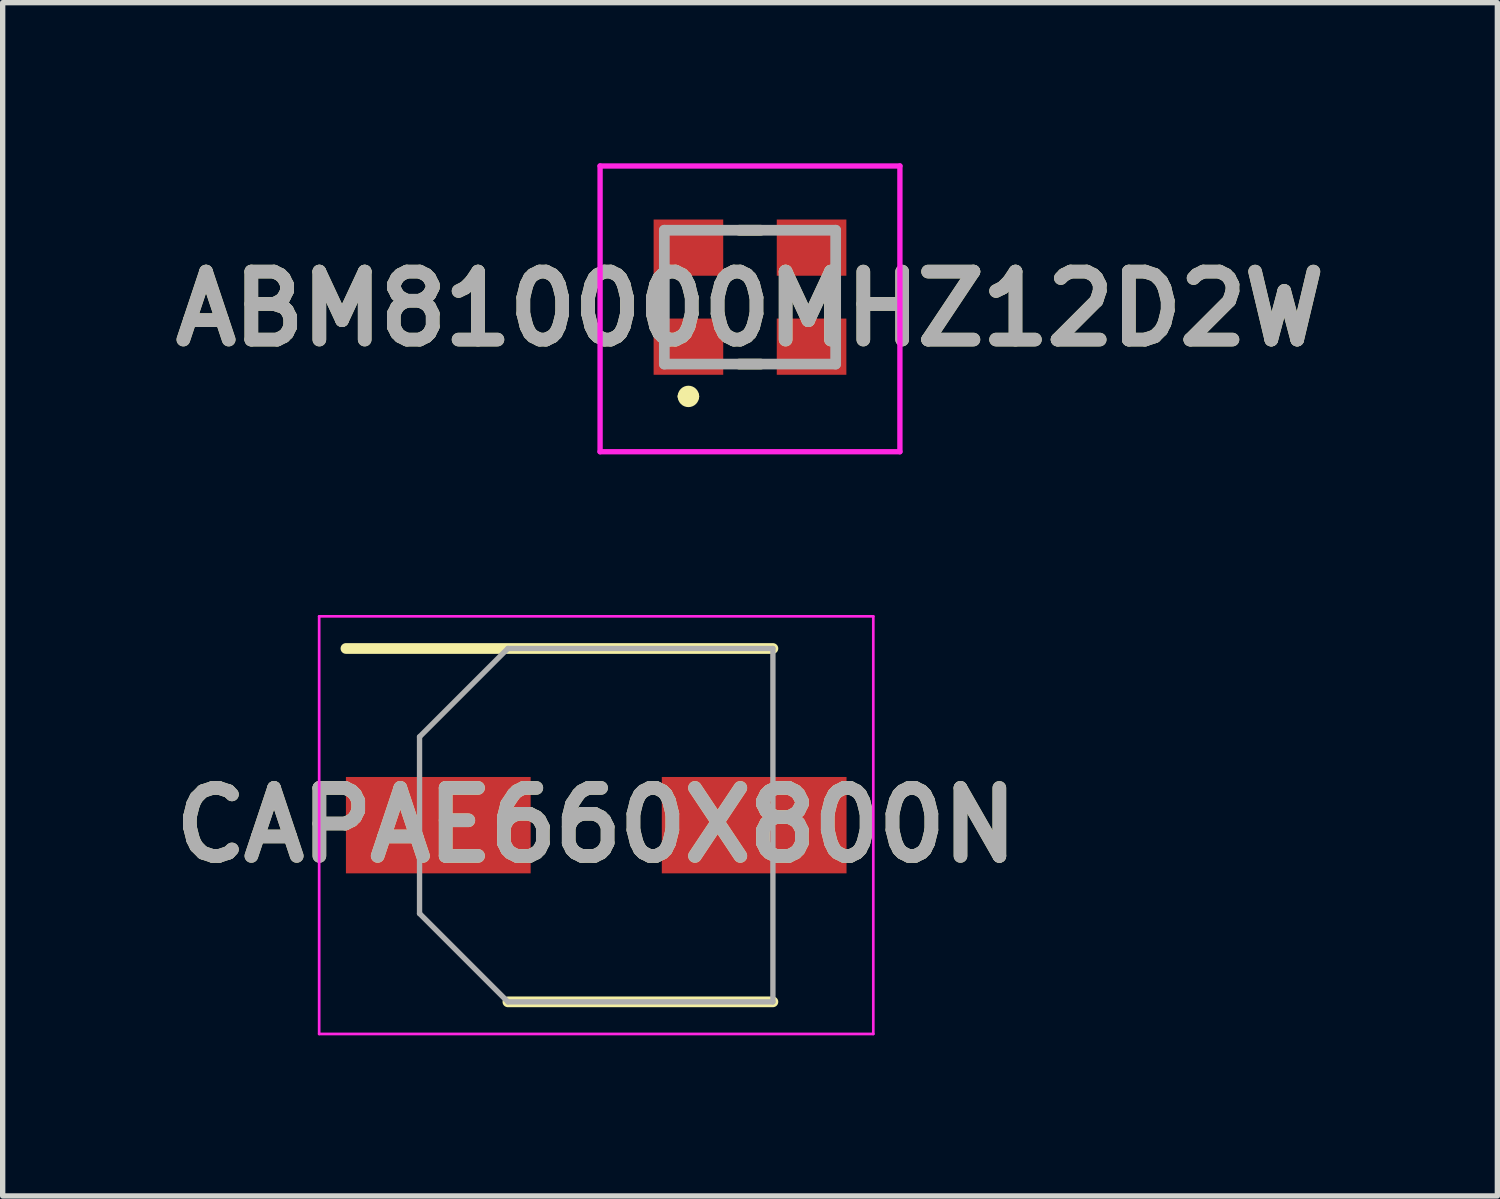
<source format=kicad_pcb>
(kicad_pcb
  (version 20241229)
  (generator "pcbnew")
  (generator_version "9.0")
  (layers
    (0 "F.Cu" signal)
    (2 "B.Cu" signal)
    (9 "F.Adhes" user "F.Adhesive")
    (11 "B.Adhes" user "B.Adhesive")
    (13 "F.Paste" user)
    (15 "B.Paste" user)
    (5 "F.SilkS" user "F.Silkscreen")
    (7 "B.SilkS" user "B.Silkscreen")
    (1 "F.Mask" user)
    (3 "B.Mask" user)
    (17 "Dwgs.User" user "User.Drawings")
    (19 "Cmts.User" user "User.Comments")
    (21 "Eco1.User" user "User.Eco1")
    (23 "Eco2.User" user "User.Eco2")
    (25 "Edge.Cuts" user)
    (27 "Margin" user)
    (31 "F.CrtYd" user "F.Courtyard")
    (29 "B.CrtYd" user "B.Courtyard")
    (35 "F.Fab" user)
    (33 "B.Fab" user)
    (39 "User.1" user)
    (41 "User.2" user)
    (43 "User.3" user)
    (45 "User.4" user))
  (footprint "CAPAE660X800N"
    (layer "F.Cu")
    (at 8.086 12.362)
    (property "Reference" "CAPAE660X800N" (at 0 0 0) (layer "F.SilkS") (effects (font (size 1.27 1.27) (thickness 0.254))))
    (attr smd)
    (fp_line (start -4.675 -3.3) (end 3.3 -3.3) (stroke (width 0.2) (type solid)) (layer "F.SilkS"))
    (fp_line (start -1.65 3.3) (end 3.3 3.3) (stroke (width 0.2) (type solid)) (layer "F.SilkS"))
    (fp_line (start -5.175 -3.9) (end 5.175 -3.9) (stroke (width 0.05) (type solid)) (layer "F.CrtYd"))
    (fp_line (start -5.175 3.9) (end -5.175 -3.9) (stroke (width 0.05) (type solid)) (layer "F.CrtYd"))
    (fp_line (start 5.175 -3.9) (end 5.175 3.9) (stroke (width 0.05) (type solid)) (layer "F.CrtYd"))
    (fp_line (start 5.175 3.9) (end -5.175 3.9) (stroke (width 0.05) (type solid)) (layer "F.CrtYd"))
    (fp_line (start -3.3 -1.65) (end -3.3 1.65) (stroke (width 0.1) (type solid)) (layer "F.Fab"))
    (fp_line (start -3.3 1.65) (end -1.65 3.3) (stroke (width 0.1) (type solid)) (layer "F.Fab"))
    (fp_line (start -1.65 -3.3) (end -3.3 -1.65) (stroke (width 0.1) (type solid)) (layer "F.Fab"))
    (fp_line (start -1.65 3.3) (end 3.3 3.3) (stroke (width 0.1) (type solid)) (layer "F.Fab"))
    (fp_line (start 3.3 -3.3) (end -1.65 -3.3) (stroke (width 0.1) (type solid)) (layer "F.Fab"))
    (fp_line (start 3.3 3.3) (end 3.3 -3.3) (stroke (width 0.1) (type solid)) (layer "F.Fab"))
    (fp_text user "${REFERENCE}" (at 0 0 0) (layer "F.Fab") (effects (font (size 1.27 1.27) (thickness 0.254))))
    (pad "1" smd rect (at -2.95 0 90) (size 1.8 3.45) (layers "F.Cu" "F.Mask" "F.Paste"))
    (pad "2" smd rect (at 2.95 0 90) (size 1.8 3.45) (layers "F.Cu" "F.Mask" "F.Paste")))
  (footprint "ABM810000MHZ12D2W"
    (layer "F.Cu")
    (at 10.958 2.5)
    (property "Reference" "ABM810000MHZ12D2W" (at 0 0.218 0) (layer "F.SilkS") (effects (font (size 1.27 1.27) (thickness 0.254))))
    (attr smd)
    (fp_line (start -1.25 1.854) (end -1.25 1.854) (stroke (width 0.2) (type solid)) (layer "F.SilkS"))
    (fp_line (start -1.05 1.854) (end -1.05 1.854) (stroke (width 0.2) (type solid)) (layer "F.SilkS"))
    (fp_line (start -0.2 -1.25) (end 0.2 -1.25) (stroke (width 0.2) (type solid)) (layer "F.SilkS"))
    (fp_line (start -0.2 1.25) (end 0.2 1.25) (stroke (width 0.2) (type solid)) (layer "F.SilkS"))
    (fp_arc (start -1.25 1.854) (mid -1.15 1.754) (end -1.05 1.854) (stroke (width 0.2) (type solid)) (layer "F.SilkS"))
    (fp_arc (start -1.05 1.854) (mid -1.15 1.954) (end -1.25 1.854) (stroke (width 0.2) (type solid)) (layer "F.SilkS"))
    (fp_line (start -2.8 -2.45) (end 2.8 -2.45) (stroke (width 0.1) (type solid)) (layer "F.CrtYd"))
    (fp_line (start -2.8 2.887) (end -2.8 -2.45) (stroke (width 0.1) (type solid)) (layer "F.CrtYd"))
    (fp_line (start 2.8 -2.45) (end 2.8 2.887) (stroke (width 0.1) (type solid)) (layer "F.CrtYd"))
    (fp_line (start 2.8 2.887) (end -2.8 2.887) (stroke (width 0.1) (type solid)) (layer "F.CrtYd"))
    (fp_line (start -1.6 -1.25) (end 1.6 -1.25) (stroke (width 0.2) (type solid)) (layer "F.Fab"))
    (fp_line (start -1.6 1.25) (end -1.6 -1.25) (stroke (width 0.2) (type solid)) (layer "F.Fab"))
    (fp_line (start 1.6 -1.25) (end 1.6 1.25) (stroke (width 0.2) (type solid)) (layer "F.Fab"))
    (fp_line (start 1.6 1.25) (end -1.6 1.25) (stroke (width 0.2) (type solid)) (layer "F.Fab"))
    (fp_text user "${REFERENCE}" (at 0 0.218 0) (layer "F.Fab") (effects (font (size 1.27 1.27) (thickness 0.254))))
    (pad "1" smd rect (at -1.15 0.925 90) (size 1.05 1.3) (layers "F.Cu" "F.Mask" "F.Paste"))
    (pad "2" smd rect (at 1.15 0.925 90) (size 1.05 1.3) (layers "F.Cu" "F.Mask" "F.Paste"))
    (pad "3" smd rect (at 1.15 -0.925 90) (size 1.05 1.3) (layers "F.Cu" "F.Mask" "F.Paste"))
    (pad "4" smd rect (at -1.15 -0.925 90) (size 1.05 1.3) (layers "F.Cu" "F.Mask" "F.Paste")))
  (gr_rect
    (start -3 -3)
    (end 24.917 19.287)
    (stroke (width 0.1) (type default))
    (fill no)
    (layer "Edge.Cuts")))
</source>
